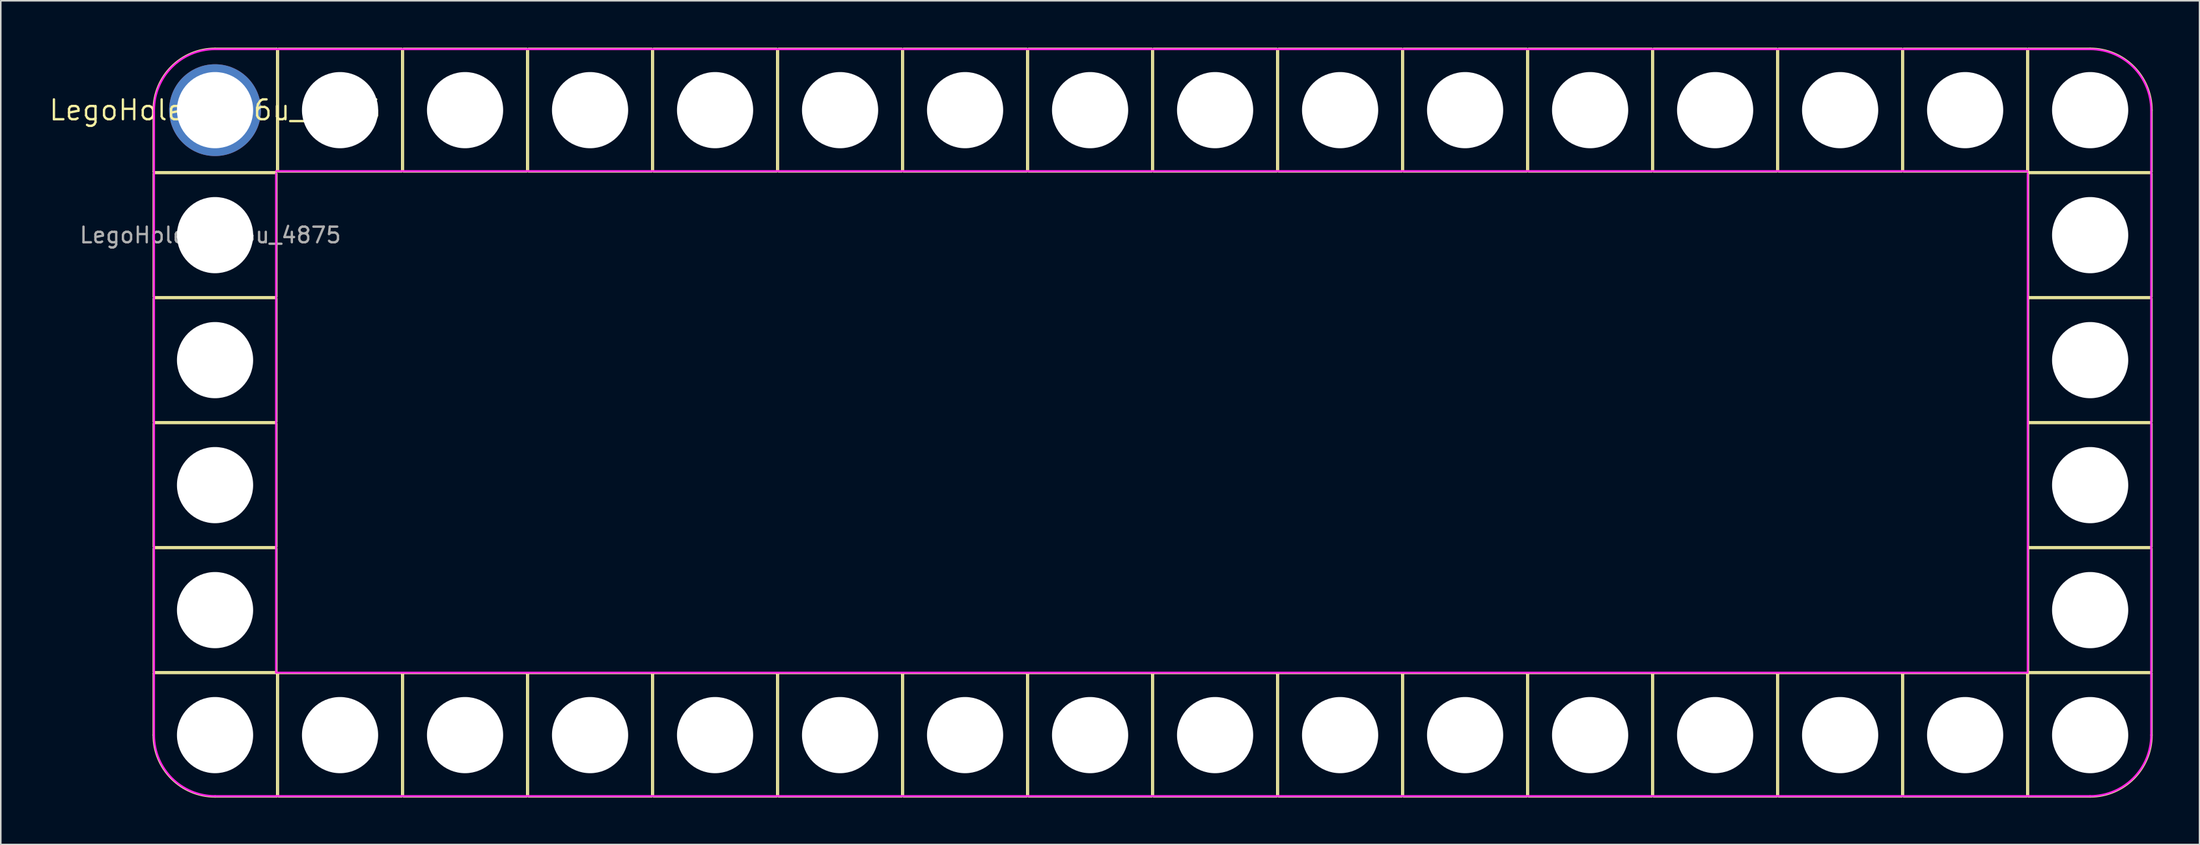
<source format=kicad_pcb>
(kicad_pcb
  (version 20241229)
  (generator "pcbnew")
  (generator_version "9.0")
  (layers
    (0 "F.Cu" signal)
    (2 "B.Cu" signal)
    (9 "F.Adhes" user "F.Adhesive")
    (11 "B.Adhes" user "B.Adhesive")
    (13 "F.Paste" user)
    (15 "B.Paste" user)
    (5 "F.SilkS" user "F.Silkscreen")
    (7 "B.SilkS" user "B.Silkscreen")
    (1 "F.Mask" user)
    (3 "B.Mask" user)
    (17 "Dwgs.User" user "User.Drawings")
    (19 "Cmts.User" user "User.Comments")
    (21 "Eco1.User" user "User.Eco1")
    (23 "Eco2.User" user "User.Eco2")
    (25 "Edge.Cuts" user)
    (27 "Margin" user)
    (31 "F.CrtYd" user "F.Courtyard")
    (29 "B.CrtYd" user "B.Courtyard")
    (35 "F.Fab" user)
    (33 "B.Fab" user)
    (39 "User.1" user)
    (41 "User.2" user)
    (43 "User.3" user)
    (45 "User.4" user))
  (footprint "LegoHole_16x6u_4875"
    (layer "F.Cu")
    (at 10.712 4)
    (property "Reference" "LegoHole_16x6u_4875" (at 0 0 0) (layer "F.SilkS") (effects (font (size 1.27 1.27) (thickness 0.15))))
    (attr exclude_from_pos_files exclude_from_bom)
    (fp_line (start -3.95 0) (end -3.95 3.95) (stroke (width 0.1) (type solid)) (layer "F.SilkS"))
    (fp_line (start -3.95 3.95) (end 3.95 3.95) (stroke (width 0.1) (type solid)) (layer "F.SilkS"))
    (fp_line (start -3.95 40) (end -3.95 36.05) (stroke (width 0.1) (type solid)) (layer "F.SilkS"))
    (fp_line (start 0 -3.95) (end 3.95 -3.95) (stroke (width 0.1) (type solid)) (layer "F.SilkS"))
    (fp_line (start 0 43.95) (end 3.95 43.95) (stroke (width 0.1) (type solid)) (layer "F.SilkS"))
    (fp_line (start 3.95 3.95) (end 3.95 -3.95) (stroke (width 0.1) (type solid)) (layer "F.SilkS"))
    (fp_line (start 3.95 36.05) (end -3.95 36.05) (stroke (width 0.1) (type solid)) (layer "F.SilkS"))
    (fp_line (start 3.95 43.95) (end 3.95 36.05) (stroke (width 0.1) (type solid)) (layer "F.SilkS"))
    (fp_line (start 116.05 -3.95) (end 116.05 3.95) (stroke (width 0.1) (type solid)) (layer "F.SilkS"))
    (fp_line (start 116.05 3.95) (end 123.95 3.95) (stroke (width 0.1) (type solid)) (layer "F.SilkS"))
    (fp_line (start 116.05 36.05) (end 116.05 43.95) (stroke (width 0.1) (type solid)) (layer "F.SilkS"))
    (fp_line (start 120 -3.95) (end 116.05 -3.95) (stroke (width 0.1) (type solid)) (layer "F.SilkS"))
    (fp_line (start 120 43.95) (end 116.05 43.95) (stroke (width 0.1) (type solid)) (layer "F.SilkS"))
    (fp_line (start 123.95 0) (end 123.95 3.95) (stroke (width 0.1) (type solid)) (layer "F.SilkS"))
    (fp_line (start 123.95 36.05) (end 116.05 36.05) (stroke (width 0.1) (type solid)) (layer "F.SilkS"))
    (fp_line (start 123.95 40) (end 123.95 36.05) (stroke (width 0.1) (type solid)) (layer "F.SilkS"))
    (fp_rect (start 3.95 11.95) (end -3.95 4.05) (stroke (width 0.1) (type solid)) (fill no) (layer "F.SilkS"))
    (fp_rect (start 3.95 19.95) (end -3.95 12.05) (stroke (width 0.1) (type solid)) (fill no) (layer "F.SilkS"))
    (fp_rect (start 3.95 27.95) (end -3.95 20.05) (stroke (width 0.1) (type solid)) (fill no) (layer "F.SilkS"))
    (fp_rect (start 3.95 35.95) (end -3.95 28.05) (stroke (width 0.1) (type solid)) (fill no) (layer "F.SilkS"))
    (fp_rect (start 4.05 3.95) (end 11.95 -3.95) (stroke (width 0.1) (type solid)) (fill no) (layer "F.SilkS"))
    (fp_rect (start 11.95 36.05) (end 4.05 43.95) (stroke (width 0.1) (type solid)) (fill no) (layer "F.SilkS"))
    (fp_rect (start 12.05 3.95) (end 19.95 -3.95) (stroke (width 0.1) (type solid)) (fill no) (layer "F.SilkS"))
    (fp_rect (start 19.95 36.05) (end 12.05 43.95) (stroke (width 0.1) (type solid)) (fill no) (layer "F.SilkS"))
    (fp_rect (start 20.05 3.95) (end 27.95 -3.95) (stroke (width 0.1) (type solid)) (fill no) (layer "F.SilkS"))
    (fp_rect (start 27.95 36.05) (end 20.05 43.95) (stroke (width 0.1) (type solid)) (fill no) (layer "F.SilkS"))
    (fp_rect (start 28.05 3.95) (end 35.95 -3.95) (stroke (width 0.1) (type solid)) (fill no) (layer "F.SilkS"))
    (fp_rect (start 35.95 36.05) (end 28.05 43.95) (stroke (width 0.1) (type solid)) (fill no) (layer "F.SilkS"))
    (fp_rect (start 36.05 3.95) (end 43.95 -3.95) (stroke (width 0.1) (type solid)) (fill no) (layer "F.SilkS"))
    (fp_rect (start 43.95 36.05) (end 36.05 43.95) (stroke (width 0.1) (type solid)) (fill no) (layer "F.SilkS"))
    (fp_rect (start 44.05 3.95) (end 51.95 -3.95) (stroke (width 0.1) (type solid)) (fill no) (layer "F.SilkS"))
    (fp_rect (start 51.95 36.05) (end 44.05 43.95) (stroke (width 0.1) (type solid)) (fill no) (layer "F.SilkS"))
    (fp_rect (start 52.05 3.95) (end 59.95 -3.95) (stroke (width 0.1) (type solid)) (fill no) (layer "F.SilkS"))
    (fp_rect (start 59.95 36.05) (end 52.05 43.95) (stroke (width 0.1) (type solid)) (fill no) (layer "F.SilkS"))
    (fp_rect (start 60.05 3.95) (end 67.95 -3.95) (stroke (width 0.1) (type solid)) (fill no) (layer "F.SilkS"))
    (fp_rect (start 67.95 36.05) (end 60.05 43.95) (stroke (width 0.1) (type solid)) (fill no) (layer "F.SilkS"))
    (fp_rect (start 68.05 3.95) (end 75.95 -3.95) (stroke (width 0.1) (type solid)) (fill no) (layer "F.SilkS"))
    (fp_rect (start 75.95 36.05) (end 68.05 43.95) (stroke (width 0.1) (type solid)) (fill no) (layer "F.SilkS"))
    (fp_rect (start 76.05 3.95) (end 83.95 -3.95) (stroke (width 0.1) (type solid)) (fill no) (layer "F.SilkS"))
    (fp_rect (start 83.95 36.05) (end 76.05 43.95) (stroke (width 0.1) (type solid)) (fill no) (layer "F.SilkS"))
    (fp_rect (start 84.05 3.95) (end 91.95 -3.95) (stroke (width 0.1) (type solid)) (fill no) (layer "F.SilkS"))
    (fp_rect (start 91.95 36.05) (end 84.05 43.95) (stroke (width 0.1) (type solid)) (fill no) (layer "F.SilkS"))
    (fp_rect (start 92.05 3.95) (end 99.95 -3.95) (stroke (width 0.1) (type solid)) (fill no) (layer "F.SilkS"))
    (fp_rect (start 99.95 36.05) (end 92.05 43.95) (stroke (width 0.1) (type solid)) (fill no) (layer "F.SilkS"))
    (fp_rect (start 100.05 3.95) (end 107.95 -3.95) (stroke (width 0.1) (type solid)) (fill no) (layer "F.SilkS"))
    (fp_rect (start 107.95 36.05) (end 100.05 43.95) (stroke (width 0.1) (type solid)) (fill no) (layer "F.SilkS"))
    (fp_rect (start 108.05 3.95) (end 115.95 -3.95) (stroke (width 0.1) (type solid)) (fill no) (layer "F.SilkS"))
    (fp_rect (start 115.95 36.05) (end 108.05 43.95) (stroke (width 0.1) (type solid)) (fill no) (layer "F.SilkS"))
    (fp_rect (start 116.05 4.05) (end 123.95 11.95) (stroke (width 0.1) (type solid)) (fill no) (layer "F.SilkS"))
    (fp_rect (start 116.05 12.05) (end 123.95 19.95) (stroke (width 0.1) (type solid)) (fill no) (layer "F.SilkS"))
    (fp_rect (start 116.05 20.05) (end 123.95 27.95) (stroke (width 0.1) (type solid)) (fill no) (layer "F.SilkS"))
    (fp_rect (start 116.05 28.05) (end 123.95 35.95) (stroke (width 0.1) (type solid)) (fill no) (layer "F.SilkS"))
    (fp_arc (start -3.95 0) (mid -2.793072 -2.793072) (end 0 -3.95) (stroke (width 0.1) (type solid)) (layer "F.SilkS"))
    (fp_arc (start 0 43.95) (mid -2.793072 42.793072) (end -3.95 40) (stroke (width 0.1) (type solid)) (layer "F.SilkS"))
    (fp_arc (start 120 -3.95) (mid 122.793072 -2.793072) (end 123.95 0) (stroke (width 0.1) (type solid)) (layer "F.SilkS"))
    (fp_arc (start 123.95 40) (mid 122.793072 42.793072) (end 120 43.95) (stroke (width 0.1) (type solid)) (layer "F.SilkS"))
    (fp_line (start -3.9 0.05) (end -3.9 40) (stroke (width 0.12) (type solid)) (layer "F.CrtYd"))
    (fp_line (start 3.9 3.9) (end 116 3.9) (stroke (width 0.12) (type solid)) (layer "F.CrtYd"))
    (fp_line (start 3.9 36) (end 3.9 4.05) (stroke (width 0.12) (type solid)) (layer "F.CrtYd"))
    (fp_line (start 3.9 43.9) (end 0 43.9) (stroke (width 0.12) (type solid)) (layer "F.CrtYd"))
    (fp_line (start 3.9 43.9) (end 120 43.9) (stroke (width 0.12) (type solid)) (layer "F.CrtYd"))
    (fp_line (start 116 4.05) (end 116 36) (stroke (width 0.12) (type solid)) (layer "F.CrtYd"))
    (fp_line (start 116 36) (end 3.9 36) (stroke (width 0.12) (type solid)) (layer "F.CrtYd"))
    (fp_line (start 116.1 -3.9) (end 0 -3.9) (stroke (width 0.12) (type solid)) (layer "F.CrtYd"))
    (fp_line (start 116.1 -3.9) (end 120 -3.9) (stroke (width 0.12) (type solid)) (layer "F.CrtYd"))
    (fp_line (start 123.9 40) (end 123.9 0.05) (stroke (width 0.12) (type solid)) (layer "F.CrtYd"))
    (fp_arc (start -3.9 0) (mid -2.757716 -2.757716) (end 0 -3.9) (stroke (width 0.12) (type solid)) (layer "F.CrtYd"))
    (fp_arc (start 0 43.9) (mid -2.757716 42.757716) (end -3.9 40) (stroke (width 0.12) (type solid)) (layer "F.CrtYd"))
    (fp_arc (start 120 -3.9) (mid 122.757716 -2.757716) (end 123.9 0) (stroke (width 0.12) (type solid)) (layer "F.CrtYd"))
    (fp_arc (start 123.9 40) (mid 122.757716 42.757716) (end 120 43.9) (stroke (width 0.12) (type solid)) (layer "F.CrtYd"))
    (fp_text user "${REFERENCE}" (at -0.3 8 180) (layer "F.Fab") (effects (font (size 1 1) (thickness 0.15))))
    (pad "" np_thru_hole circle (at 0 0 90) (size 5.875 5.875) (drill 4.875) (layers "*.Cu" "*.Mask"))
    (pad "" np_thru_hole circle (at 0 8 180) (size 4.875 4.875) (drill 4.875) (layers "*.Cu" "*.Mask"))
    (pad "" np_thru_hole circle (at 0 16 180) (size 4.875 4.875) (drill 4.875) (layers "*.Cu" "*.Mask"))
    (pad "" np_thru_hole circle (at 0 24 180) (size 4.875 4.875) (drill 4.875) (layers "*.Cu" "*.Mask"))
    (pad "" np_thru_hole circle (at 0 32 180) (size 4.875 4.875) (drill 4.875) (layers "*.Cu" "*.Mask"))
    (pad "" np_thru_hole circle (at 0 40 180) (size 4.875 4.875) (drill 4.875) (layers "*.Cu" "*.Mask"))
    (pad "" np_thru_hole circle (at 8 0 90) (size 4.875 4.875) (drill 4.875) (layers "*.Cu" "*.Mask"))
    (pad "" np_thru_hole circle (at 8 40 270) (size 4.875 4.875) (drill 4.875) (layers "*.Cu" "*.Mask"))
    (pad "" np_thru_hole circle (at 16 0 90) (size 4.875 4.875) (drill 4.875) (layers "*.Cu" "*.Mask"))
    (pad "" np_thru_hole circle (at 16 40 270) (size 4.875 4.875) (drill 4.875) (layers "*.Cu" "*.Mask"))
    (pad "" np_thru_hole circle (at 24 0 90) (size 4.875 4.875) (drill 4.875) (layers "*.Cu" "*.Mask"))
    (pad "" np_thru_hole circle (at 24 40 270) (size 4.875 4.875) (drill 4.875) (layers "*.Cu" "*.Mask"))
    (pad "" np_thru_hole circle (at 32 0 90) (size 4.875 4.875) (drill 4.875) (layers "*.Cu" "*.Mask"))
    (pad "" np_thru_hole circle (at 32 40 270) (size 4.875 4.875) (drill 4.875) (layers "*.Cu" "*.Mask"))
    (pad "" np_thru_hole circle (at 40 0 90) (size 4.875 4.875) (drill 4.875) (layers "*.Cu" "*.Mask"))
    (pad "" np_thru_hole circle (at 40 40 270) (size 4.875 4.875) (drill 4.875) (layers "*.Cu" "*.Mask"))
    (pad "" np_thru_hole circle (at 48 0 90) (size 4.875 4.875) (drill 4.875) (layers "*.Cu" "*.Mask"))
    (pad "" np_thru_hole circle (at 48 40 270) (size 4.875 4.875) (drill 4.875) (layers "*.Cu" "*.Mask"))
    (pad "" np_thru_hole circle (at 56 0 90) (size 4.875 4.875) (drill 4.875) (layers "*.Cu" "*.Mask"))
    (pad "" np_thru_hole circle (at 56 40 270) (size 4.875 4.875) (drill 4.875) (layers "*.Cu" "*.Mask"))
    (pad "" np_thru_hole circle (at 64 0 90) (size 4.875 4.875) (drill 4.875) (layers "*.Cu" "*.Mask"))
    (pad "" np_thru_hole circle (at 64 40 270) (size 4.875 4.875) (drill 4.875) (layers "*.Cu" "*.Mask"))
    (pad "" np_thru_hole circle (at 72 0 90) (size 4.875 4.875) (drill 4.875) (layers "*.Cu" "*.Mask"))
    (pad "" np_thru_hole circle (at 72 40 270) (size 4.875 4.875) (drill 4.875) (layers "*.Cu" "*.Mask"))
    (pad "" np_thru_hole circle (at 80 0 90) (size 4.875 4.875) (drill 4.875) (layers "*.Cu" "*.Mask"))
    (pad "" np_thru_hole circle (at 80 40 270) (size 4.875 4.875) (drill 4.875) (layers "*.Cu" "*.Mask"))
    (pad "" np_thru_hole circle (at 88 0 90) (size 4.875 4.875) (drill 4.875) (layers "*.Cu" "*.Mask"))
    (pad "" np_thru_hole circle (at 88 40 270) (size 4.875 4.875) (drill 4.875) (layers "*.Cu" "*.Mask"))
    (pad "" np_thru_hole circle (at 96 0 90) (size 4.875 4.875) (drill 4.875) (layers "*.Cu" "*.Mask"))
    (pad "" np_thru_hole circle (at 96 40 270) (size 4.875 4.875) (drill 4.875) (layers "*.Cu" "*.Mask"))
    (pad "" np_thru_hole circle (at 104 0 90) (size 4.875 4.875) (drill 4.875) (layers "*.Cu" "*.Mask"))
    (pad "" np_thru_hole circle (at 104 40 270) (size 4.875 4.875) (drill 4.875) (layers "*.Cu" "*.Mask"))
    (pad "" np_thru_hole circle (at 112 0 90) (size 4.875 4.875) (drill 4.875) (layers "*.Cu" "*.Mask"))
    (pad "" np_thru_hole circle (at 112 40 270) (size 4.875 4.875) (drill 4.875) (layers "*.Cu" "*.Mask"))
    (pad "" np_thru_hole circle (at 120 0) (size 4.875 4.875) (drill 4.875) (layers "*.Cu" "*.Mask"))
    (pad "" np_thru_hole circle (at 120 8) (size 4.875 4.875) (drill 4.875) (layers "*.Cu" "*.Mask"))
    (pad "" np_thru_hole circle (at 120 16) (size 4.875 4.875) (drill 4.875) (layers "*.Cu" "*.Mask"))
    (pad "" np_thru_hole circle (at 120 24) (size 4.875 4.875) (drill 4.875) (layers "*.Cu" "*.Mask"))
    (pad "" np_thru_hole circle (at 120 32) (size 4.875 4.875) (drill 4.875) (layers "*.Cu" "*.Mask"))
    (pad "" np_thru_hole circle (at 120 40 270) (size 4.875 4.875) (drill 4.875) (layers "*.Cu" "*.Mask")))
  (gr_rect
    (start -3 -3)
    (end 137.712 51)
    (stroke (width 0.1) (type default))
    (fill no)
    (layer "Edge.Cuts")))
</source>
